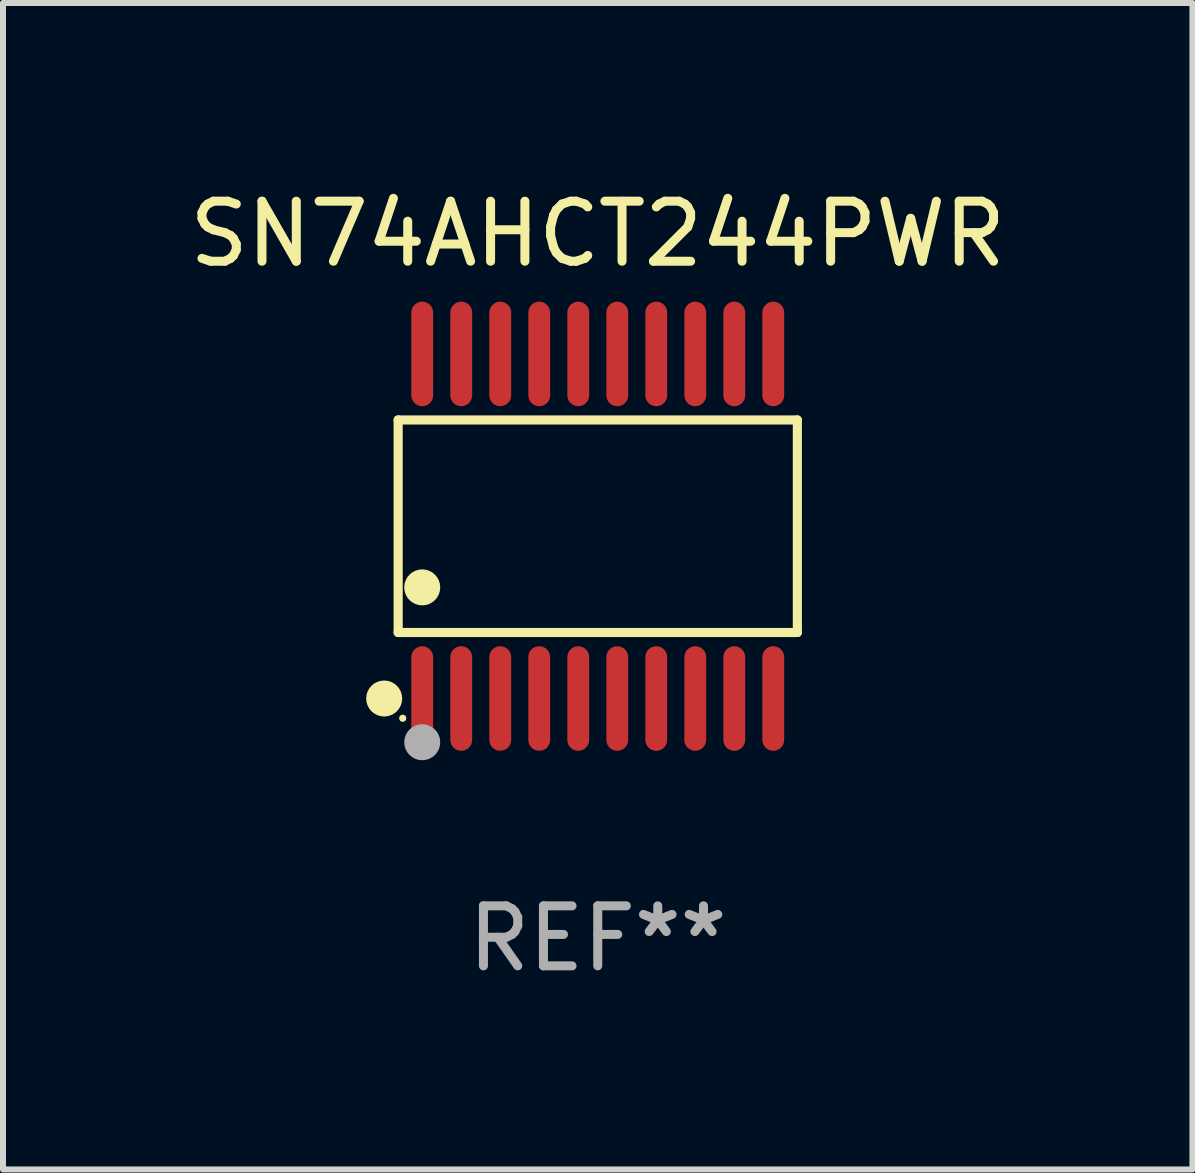
<source format=kicad_pcb>
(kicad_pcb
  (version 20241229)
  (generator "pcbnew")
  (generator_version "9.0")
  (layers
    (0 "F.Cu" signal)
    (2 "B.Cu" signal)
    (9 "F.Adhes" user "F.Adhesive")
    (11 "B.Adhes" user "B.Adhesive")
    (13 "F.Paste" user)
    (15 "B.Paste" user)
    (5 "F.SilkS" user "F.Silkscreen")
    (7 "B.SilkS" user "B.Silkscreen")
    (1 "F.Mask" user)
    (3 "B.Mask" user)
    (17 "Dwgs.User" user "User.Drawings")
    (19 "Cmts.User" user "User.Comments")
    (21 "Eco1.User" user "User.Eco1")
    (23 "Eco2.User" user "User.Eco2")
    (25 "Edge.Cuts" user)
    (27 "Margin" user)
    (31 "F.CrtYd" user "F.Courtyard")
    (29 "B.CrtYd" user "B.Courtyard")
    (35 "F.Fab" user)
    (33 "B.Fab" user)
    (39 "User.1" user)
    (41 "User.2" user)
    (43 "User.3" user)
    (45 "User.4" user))
  (footprint "SN74AHCT244PWR"
    (layer "F.Cu")
    (at 6.911 5.719)
    (property "Reference" "SN74AHCT244PWR" (at 0 -4.871 0) (layer "F.SilkS") (effects (font (size 1 1) (thickness 0.15))))
    (attr through_hole)
    (fp_line (start -3.326 -1.771) (end 3.326 -1.771) (stroke (width 0.152) (type solid)) (layer "F.SilkS"))
    (fp_line (start -3.326 1.771) (end -3.326 -1.771) (stroke (width 0.152) (type solid)) (layer "F.SilkS"))
    (fp_line (start 3.326 -1.771) (end 3.326 1.771) (stroke (width 0.152) (type solid)) (layer "F.SilkS"))
    (fp_line (start 3.326 1.771) (end -3.326 1.771) (stroke (width 0.152) (type solid)) (layer "F.SilkS"))
    (fp_circle (center -3.559 2.871) (end -3.409 2.871) (stroke (width 0.3) (type solid)) (fill no) (layer "F.SilkS"))
    (fp_circle (center -3.25 3.2) (end -3.22 3.2) (stroke (width 0.06) (type solid)) (fill no) (layer "F.SilkS"))
    (fp_circle (center -2.925 1.019) (end -2.775 1.019) (stroke (width 0.3) (type solid)) (fill no) (layer "F.SilkS"))
    (fp_circle (center -2.925 3.6) (end -2.775 3.6) (stroke (width 0.3) (type solid)) (fill no) (layer "F.Fab"))
    (fp_text user "REF**" (at 0 6.871 0) (layer "F.Fab") (effects (font (size 1 1) (thickness 0.15))))
    (pad "1" smd oval (at -2.925 2.871) (size 0.364 1.742) (layers "F.Cu" "F.Mask" "F.Paste"))
    (pad "2" smd oval (at -2.275 2.871) (size 0.364 1.742) (layers "F.Cu" "F.Mask" "F.Paste"))
    (pad "3" smd oval (at -1.625 2.871) (size 0.364 1.742) (layers "F.Cu" "F.Mask" "F.Paste"))
    (pad "4" smd oval (at -0.975 2.871) (size 0.364 1.742) (layers "F.Cu" "F.Mask" "F.Paste"))
    (pad "5" smd oval (at -0.325 2.871) (size 0.364 1.742) (layers "F.Cu" "F.Mask" "F.Paste"))
    (pad "6" smd oval (at 0.325 2.871) (size 0.364 1.742) (layers "F.Cu" "F.Mask" "F.Paste"))
    (pad "7" smd oval (at 0.975 2.871) (size 0.364 1.742) (layers "F.Cu" "F.Mask" "F.Paste"))
    (pad "8" smd oval (at 1.625 2.871) (size 0.364 1.742) (layers "F.Cu" "F.Mask" "F.Paste"))
    (pad "9" smd oval (at 2.275 2.871) (size 0.364 1.742) (layers "F.Cu" "F.Mask" "F.Paste"))
    (pad "10" smd oval (at 2.925 2.871) (size 0.364 1.742) (layers "F.Cu" "F.Mask" "F.Paste"))
    (pad "11" smd oval (at 2.925 -2.871) (size 0.364 1.742) (layers "F.Cu" "F.Mask" "F.Paste"))
    (pad "12" smd oval (at 2.275 -2.871) (size 0.364 1.742) (layers "F.Cu" "F.Mask" "F.Paste"))
    (pad "13" smd oval (at 1.625 -2.871) (size 0.364 1.742) (layers "F.Cu" "F.Mask" "F.Paste"))
    (pad "14" smd oval (at 0.975 -2.871) (size 0.364 1.742) (layers "F.Cu" "F.Mask" "F.Paste"))
    (pad "15" smd oval (at 0.325 -2.871) (size 0.364 1.742) (layers "F.Cu" "F.Mask" "F.Paste"))
    (pad "16" smd oval (at -0.325 -2.871) (size 0.364 1.742) (layers "F.Cu" "F.Mask" "F.Paste"))
    (pad "17" smd oval (at -0.975 -2.871) (size 0.364 1.742) (layers "F.Cu" "F.Mask" "F.Paste"))
    (pad "18" smd oval (at -1.625 -2.871) (size 0.364 1.742) (layers "F.Cu" "F.Mask" "F.Paste"))
    (pad "19" smd oval (at -2.275 -2.871) (size 0.364 1.742) (layers "F.Cu" "F.Mask" "F.Paste"))
    (pad "20" smd oval (at -2.925 -2.871) (size 0.364 1.742) (layers "F.Cu" "F.Mask" "F.Paste")))
  (gr_rect
    (start -3 -3)
    (end 16.821 16.438)
    (stroke (width 0.1) (type default))
    (fill no)
    (layer "Edge.Cuts")))
</source>
